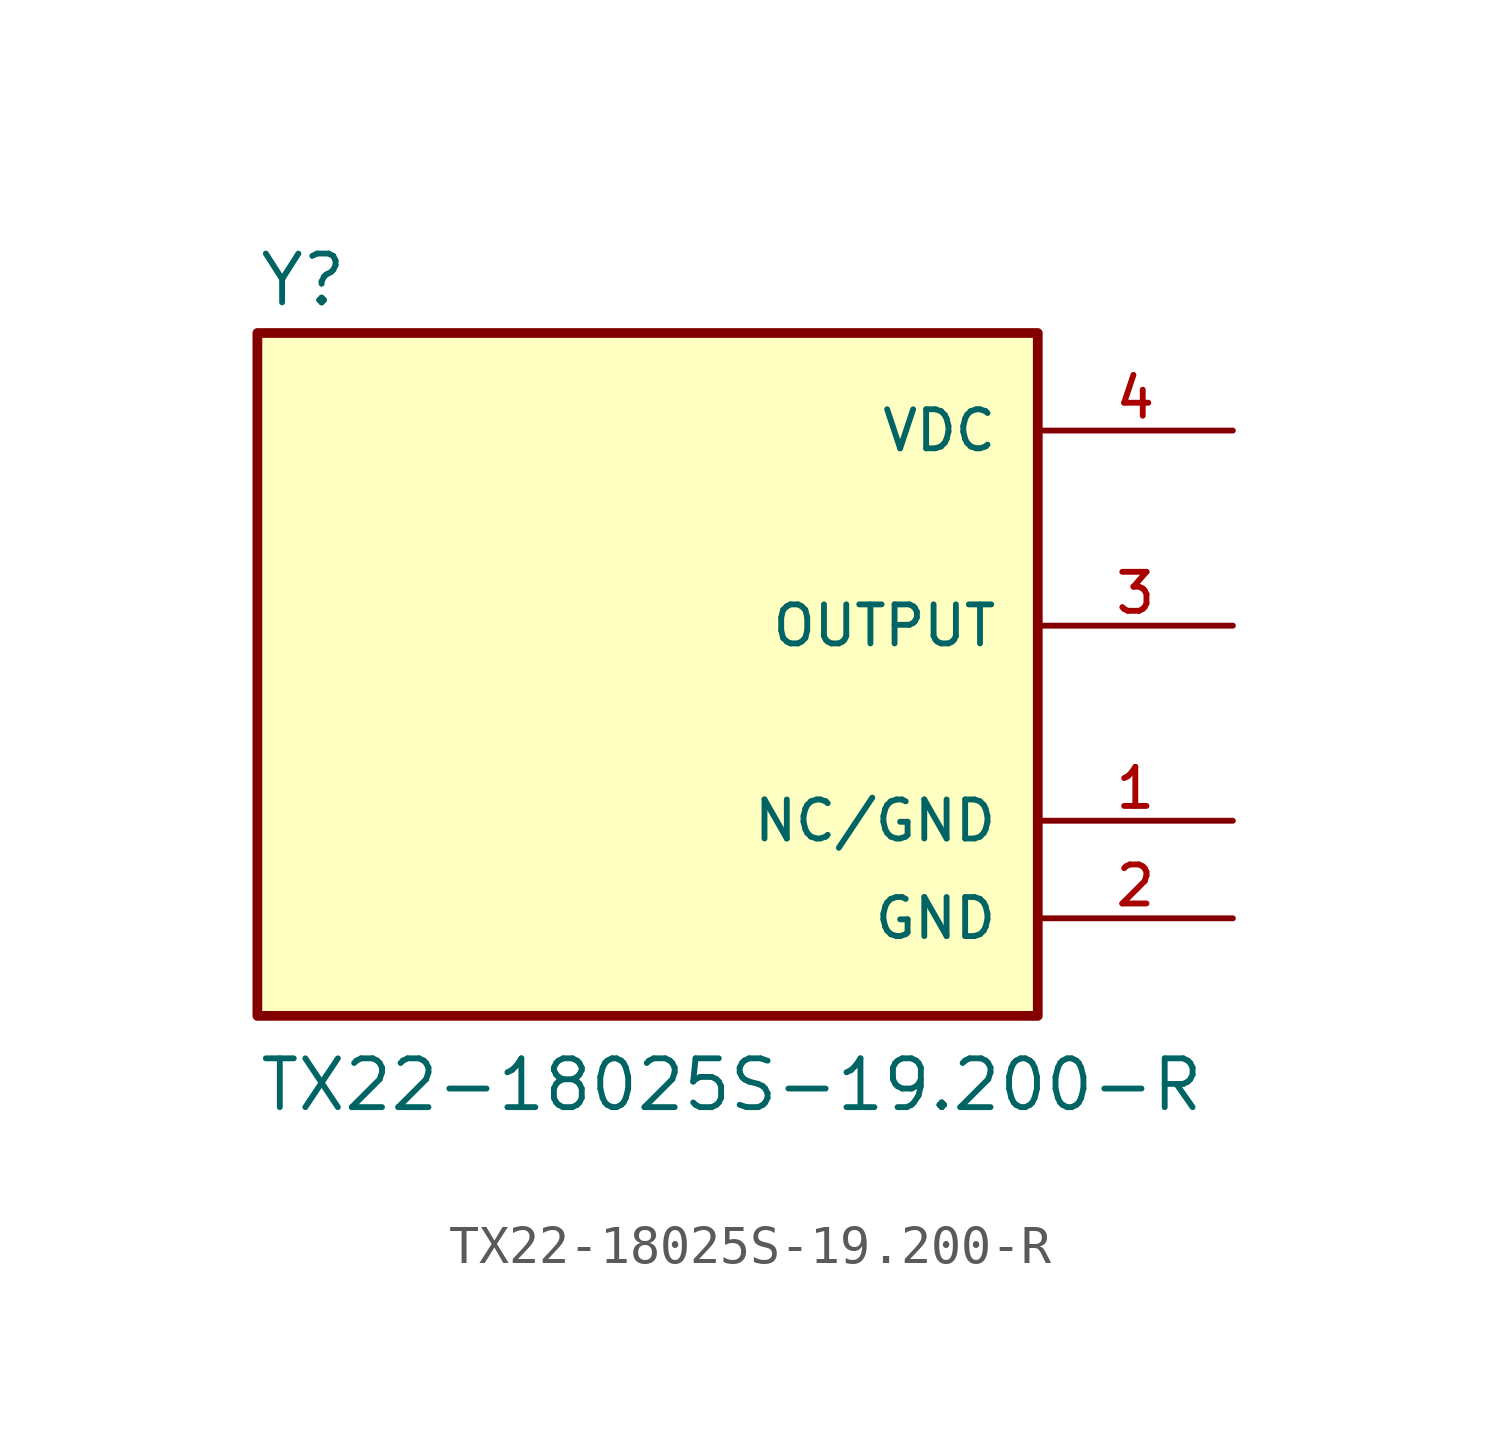
<source format=kicad_sym>
(kicad_symbol_lib
  (version 20211014)
  (generator kicad_symbol_editor)
  (symbol "TX22-18025S-19.200-R"
    (pin_names
      (offset 1.016))
    (property "Reference" "Y"
      (at -10.16 8.255 0)
      (effects (font (size 1.27 1.27)) (justify bottom left)))
    (property "Value" "TX22-18025S-19.200-R"
      (at -10.16 -12.7 0)
      (effects (font (size 1.27 1.27)) (justify bottom left)))
    (symbol "TX22-18025S-19.200-R_0_0"
      (rectangle (start -10.16 -10.16) (end 10.16 7.62) (stroke (width 0.254)) (fill (type background)))
      (pin passive line (at 15.24 -5.08 180.0) (length 5.08) (name "NC/GND" (effects (font (size 1.016 1.016)))) (number "1" (effects (font (size 1.016 1.016)))))
      (pin power_in line (at 15.24 5.08 180.0) (length 5.08) (name "VDC" (effects (font (size 1.016 1.016)))) (number "4" (effects (font (size 1.016 1.016)))))
      (pin output line (at 15.24 0.0 180.0) (length 5.08) (name "OUTPUT" (effects (font (size 1.016 1.016)))) (number "3" (effects (font (size 1.016 1.016)))))
      (pin power_in line (at 15.24 -7.62 180.0) (length 5.08) (name "GND" (effects (font (size 1.016 1.016)))) (number "2" (effects (font (size 1.016 1.016))))))))
</source>
